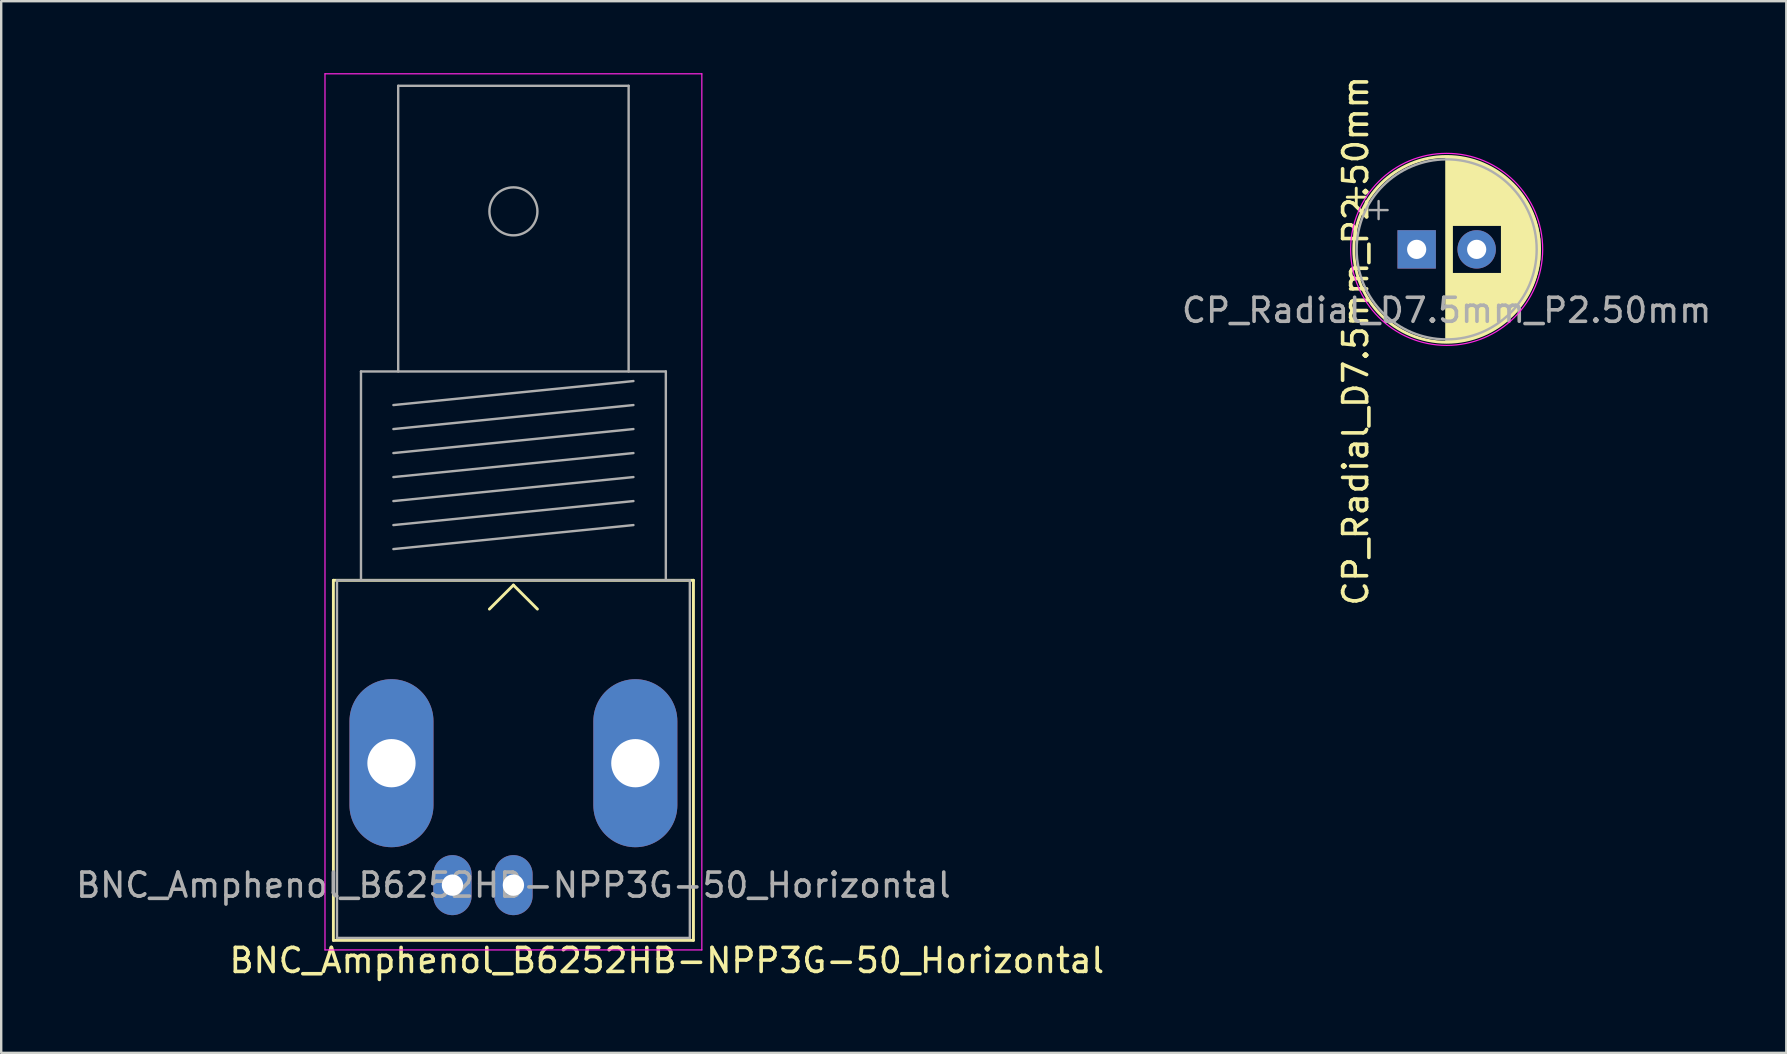
<source format=kicad_pcb>
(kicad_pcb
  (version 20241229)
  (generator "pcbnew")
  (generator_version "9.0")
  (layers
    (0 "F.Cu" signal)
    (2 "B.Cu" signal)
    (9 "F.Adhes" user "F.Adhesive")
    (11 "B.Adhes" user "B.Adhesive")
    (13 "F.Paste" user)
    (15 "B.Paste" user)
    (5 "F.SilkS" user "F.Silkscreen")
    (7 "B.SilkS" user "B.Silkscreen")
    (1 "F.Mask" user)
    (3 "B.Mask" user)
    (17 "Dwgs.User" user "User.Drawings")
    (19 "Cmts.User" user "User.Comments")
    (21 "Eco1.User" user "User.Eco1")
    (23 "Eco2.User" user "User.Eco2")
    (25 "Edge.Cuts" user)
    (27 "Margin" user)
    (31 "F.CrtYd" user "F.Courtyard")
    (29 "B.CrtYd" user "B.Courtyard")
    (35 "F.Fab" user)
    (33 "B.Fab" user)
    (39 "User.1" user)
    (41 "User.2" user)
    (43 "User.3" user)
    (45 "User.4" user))
  (footprint "CP_Radial_D7.5mm_P2.50mm"
    (layer "F.Cu")
    (at 55.969 7.339)
    (property "Reference" "CP_Radial_D7.5mm_P2.50mm" (at -2.54 3.81 270) (layer "F.SilkS") (effects (font (size 1 1) (thickness 0.15))))
    (attr through_hole)
    (fp_line (start -2.892 -2.175) (end -2.142 -2.175) (stroke (width 0.12) (type solid)) (layer "F.SilkS"))
    (fp_line (start -2.517 -2.55) (end -2.517 -1.8) (stroke (width 0.12) (type solid)) (layer "F.SilkS"))
    (fp_line (start 1.25 -3.83) (end 1.25 3.83) (stroke (width 0.12) (type solid)) (layer "F.SilkS"))
    (fp_line (start 1.29 -3.83) (end 1.29 3.83) (stroke (width 0.12) (type solid)) (layer "F.SilkS"))
    (fp_line (start 1.33 -3.83) (end 1.33 3.83) (stroke (width 0.12) (type solid)) (layer "F.SilkS"))
    (fp_line (start 1.37 -3.829) (end 1.37 3.829) (stroke (width 0.12) (type solid)) (layer "F.SilkS"))
    (fp_line (start 1.41 -3.827) (end 1.41 3.827) (stroke (width 0.12) (type solid)) (layer "F.SilkS"))
    (fp_line (start 1.45 -3.825) (end 1.45 3.825) (stroke (width 0.12) (type solid)) (layer "F.SilkS"))
    (fp_line (start 1.49 -3.823) (end 1.49 -1.04) (stroke (width 0.12) (type solid)) (layer "F.SilkS"))
    (fp_line (start 1.49 1.04) (end 1.49 3.823) (stroke (width 0.12) (type solid)) (layer "F.SilkS"))
    (fp_line (start 1.53 -3.82) (end 1.53 -1.04) (stroke (width 0.12) (type solid)) (layer "F.SilkS"))
    (fp_line (start 1.53 1.04) (end 1.53 3.82) (stroke (width 0.12) (type solid)) (layer "F.SilkS"))
    (fp_line (start 1.57 -3.817) (end 1.57 -1.04) (stroke (width 0.12) (type solid)) (layer "F.SilkS"))
    (fp_line (start 1.57 1.04) (end 1.57 3.817) (stroke (width 0.12) (type solid)) (layer "F.SilkS"))
    (fp_line (start 1.61 -3.814) (end 1.61 -1.04) (stroke (width 0.12) (type solid)) (layer "F.SilkS"))
    (fp_line (start 1.61 1.04) (end 1.61 3.814) (stroke (width 0.12) (type solid)) (layer "F.SilkS"))
    (fp_line (start 1.65 -3.81) (end 1.65 -1.04) (stroke (width 0.12) (type solid)) (layer "F.SilkS"))
    (fp_line (start 1.65 1.04) (end 1.65 3.81) (stroke (width 0.12) (type solid)) (layer "F.SilkS"))
    (fp_line (start 1.69 -3.805) (end 1.69 -1.04) (stroke (width 0.12) (type solid)) (layer "F.SilkS"))
    (fp_line (start 1.69 1.04) (end 1.69 3.805) (stroke (width 0.12) (type solid)) (layer "F.SilkS"))
    (fp_line (start 1.73 -3.801) (end 1.73 -1.04) (stroke (width 0.12) (type solid)) (layer "F.SilkS"))
    (fp_line (start 1.73 1.04) (end 1.73 3.801) (stroke (width 0.12) (type solid)) (layer "F.SilkS"))
    (fp_line (start 1.77 -3.795) (end 1.77 -1.04) (stroke (width 0.12) (type solid)) (layer "F.SilkS"))
    (fp_line (start 1.77 1.04) (end 1.77 3.795) (stroke (width 0.12) (type solid)) (layer "F.SilkS"))
    (fp_line (start 1.81 -3.79) (end 1.81 -1.04) (stroke (width 0.12) (type solid)) (layer "F.SilkS"))
    (fp_line (start 1.81 1.04) (end 1.81 3.79) (stroke (width 0.12) (type solid)) (layer "F.SilkS"))
    (fp_line (start 1.85 -3.784) (end 1.85 -1.04) (stroke (width 0.12) (type solid)) (layer "F.SilkS"))
    (fp_line (start 1.85 1.04) (end 1.85 3.784) (stroke (width 0.12) (type solid)) (layer "F.SilkS"))
    (fp_line (start 1.89 -3.777) (end 1.89 -1.04) (stroke (width 0.12) (type solid)) (layer "F.SilkS"))
    (fp_line (start 1.89 1.04) (end 1.89 3.777) (stroke (width 0.12) (type solid)) (layer "F.SilkS"))
    (fp_line (start 1.93 -3.77) (end 1.93 -1.04) (stroke (width 0.12) (type solid)) (layer "F.SilkS"))
    (fp_line (start 1.93 1.04) (end 1.93 3.77) (stroke (width 0.12) (type solid)) (layer "F.SilkS"))
    (fp_line (start 1.971 -3.763) (end 1.971 -1.04) (stroke (width 0.12) (type solid)) (layer "F.SilkS"))
    (fp_line (start 1.971 1.04) (end 1.971 3.763) (stroke (width 0.12) (type solid)) (layer "F.SilkS"))
    (fp_line (start 2.011 -3.755) (end 2.011 -1.04) (stroke (width 0.12) (type solid)) (layer "F.SilkS"))
    (fp_line (start 2.011 1.04) (end 2.011 3.755) (stroke (width 0.12) (type solid)) (layer "F.SilkS"))
    (fp_line (start 2.051 -3.747) (end 2.051 -1.04) (stroke (width 0.12) (type solid)) (layer "F.SilkS"))
    (fp_line (start 2.051 1.04) (end 2.051 3.747) (stroke (width 0.12) (type solid)) (layer "F.SilkS"))
    (fp_line (start 2.091 -3.738) (end 2.091 -1.04) (stroke (width 0.12) (type solid)) (layer "F.SilkS"))
    (fp_line (start 2.091 1.04) (end 2.091 3.738) (stroke (width 0.12) (type solid)) (layer "F.SilkS"))
    (fp_line (start 2.131 -3.729) (end 2.131 -1.04) (stroke (width 0.12) (type solid)) (layer "F.SilkS"))
    (fp_line (start 2.131 1.04) (end 2.131 3.729) (stroke (width 0.12) (type solid)) (layer "F.SilkS"))
    (fp_line (start 2.171 -3.72) (end 2.171 -1.04) (stroke (width 0.12) (type solid)) (layer "F.SilkS"))
    (fp_line (start 2.171 1.04) (end 2.171 3.72) (stroke (width 0.12) (type solid)) (layer "F.SilkS"))
    (fp_line (start 2.211 -3.71) (end 2.211 -1.04) (stroke (width 0.12) (type solid)) (layer "F.SilkS"))
    (fp_line (start 2.211 1.04) (end 2.211 3.71) (stroke (width 0.12) (type solid)) (layer "F.SilkS"))
    (fp_line (start 2.251 -3.699) (end 2.251 -1.04) (stroke (width 0.12) (type solid)) (layer "F.SilkS"))
    (fp_line (start 2.251 1.04) (end 2.251 3.699) (stroke (width 0.12) (type solid)) (layer "F.SilkS"))
    (fp_line (start 2.291 -3.688) (end 2.291 -1.04) (stroke (width 0.12) (type solid)) (layer "F.SilkS"))
    (fp_line (start 2.291 1.04) (end 2.291 3.688) (stroke (width 0.12) (type solid)) (layer "F.SilkS"))
    (fp_line (start 2.331 -3.677) (end 2.331 -1.04) (stroke (width 0.12) (type solid)) (layer "F.SilkS"))
    (fp_line (start 2.331 1.04) (end 2.331 3.677) (stroke (width 0.12) (type solid)) (layer "F.SilkS"))
    (fp_line (start 2.371 -3.665) (end 2.371 -1.04) (stroke (width 0.12) (type solid)) (layer "F.SilkS"))
    (fp_line (start 2.371 1.04) (end 2.371 3.665) (stroke (width 0.12) (type solid)) (layer "F.SilkS"))
    (fp_line (start 2.411 -3.653) (end 2.411 -1.04) (stroke (width 0.12) (type solid)) (layer "F.SilkS"))
    (fp_line (start 2.411 1.04) (end 2.411 3.653) (stroke (width 0.12) (type solid)) (layer "F.SilkS"))
    (fp_line (start 2.451 -3.64) (end 2.451 -1.04) (stroke (width 0.12) (type solid)) (layer "F.SilkS"))
    (fp_line (start 2.451 1.04) (end 2.451 3.64) (stroke (width 0.12) (type solid)) (layer "F.SilkS"))
    (fp_line (start 2.491 -3.626) (end 2.491 -1.04) (stroke (width 0.12) (type solid)) (layer "F.SilkS"))
    (fp_line (start 2.491 1.04) (end 2.491 3.626) (stroke (width 0.12) (type solid)) (layer "F.SilkS"))
    (fp_line (start 2.531 -3.613) (end 2.531 -1.04) (stroke (width 0.12) (type solid)) (layer "F.SilkS"))
    (fp_line (start 2.531 1.04) (end 2.531 3.613) (stroke (width 0.12) (type solid)) (layer "F.SilkS"))
    (fp_line (start 2.571 -3.598) (end 2.571 -1.04) (stroke (width 0.12) (type solid)) (layer "F.SilkS"))
    (fp_line (start 2.571 1.04) (end 2.571 3.598) (stroke (width 0.12) (type solid)) (layer "F.SilkS"))
    (fp_line (start 2.611 -3.584) (end 2.611 -1.04) (stroke (width 0.12) (type solid)) (layer "F.SilkS"))
    (fp_line (start 2.611 1.04) (end 2.611 3.584) (stroke (width 0.12) (type solid)) (layer "F.SilkS"))
    (fp_line (start 2.651 -3.568) (end 2.651 -1.04) (stroke (width 0.12) (type solid)) (layer "F.SilkS"))
    (fp_line (start 2.651 1.04) (end 2.651 3.568) (stroke (width 0.12) (type solid)) (layer "F.SilkS"))
    (fp_line (start 2.691 -3.553) (end 2.691 -1.04) (stroke (width 0.12) (type solid)) (layer "F.SilkS"))
    (fp_line (start 2.691 1.04) (end 2.691 3.553) (stroke (width 0.12) (type solid)) (layer "F.SilkS"))
    (fp_line (start 2.731 -3.536) (end 2.731 -1.04) (stroke (width 0.12) (type solid)) (layer "F.SilkS"))
    (fp_line (start 2.731 1.04) (end 2.731 3.536) (stroke (width 0.12) (type solid)) (layer "F.SilkS"))
    (fp_line (start 2.771 -3.52) (end 2.771 -1.04) (stroke (width 0.12) (type solid)) (layer "F.SilkS"))
    (fp_line (start 2.771 1.04) (end 2.771 3.52) (stroke (width 0.12) (type solid)) (layer "F.SilkS"))
    (fp_line (start 2.811 -3.502) (end 2.811 -1.04) (stroke (width 0.12) (type solid)) (layer "F.SilkS"))
    (fp_line (start 2.811 1.04) (end 2.811 3.502) (stroke (width 0.12) (type solid)) (layer "F.SilkS"))
    (fp_line (start 2.851 -3.484) (end 2.851 -1.04) (stroke (width 0.12) (type solid)) (layer "F.SilkS"))
    (fp_line (start 2.851 1.04) (end 2.851 3.484) (stroke (width 0.12) (type solid)) (layer "F.SilkS"))
    (fp_line (start 2.891 -3.466) (end 2.891 -1.04) (stroke (width 0.12) (type solid)) (layer "F.SilkS"))
    (fp_line (start 2.891 1.04) (end 2.891 3.466) (stroke (width 0.12) (type solid)) (layer "F.SilkS"))
    (fp_line (start 2.931 -3.447) (end 2.931 -1.04) (stroke (width 0.12) (type solid)) (layer "F.SilkS"))
    (fp_line (start 2.931 1.04) (end 2.931 3.447) (stroke (width 0.12) (type solid)) (layer "F.SilkS"))
    (fp_line (start 2.971 -3.427) (end 2.971 -1.04) (stroke (width 0.12) (type solid)) (layer "F.SilkS"))
    (fp_line (start 2.971 1.04) (end 2.971 3.427) (stroke (width 0.12) (type solid)) (layer "F.SilkS"))
    (fp_line (start 3.011 -3.407) (end 3.011 -1.04) (stroke (width 0.12) (type solid)) (layer "F.SilkS"))
    (fp_line (start 3.011 1.04) (end 3.011 3.407) (stroke (width 0.12) (type solid)) (layer "F.SilkS"))
    (fp_line (start 3.051 -3.386) (end 3.051 -1.04) (stroke (width 0.12) (type solid)) (layer "F.SilkS"))
    (fp_line (start 3.051 1.04) (end 3.051 3.386) (stroke (width 0.12) (type solid)) (layer "F.SilkS"))
    (fp_line (start 3.091 -3.365) (end 3.091 -1.04) (stroke (width 0.12) (type solid)) (layer "F.SilkS"))
    (fp_line (start 3.091 1.04) (end 3.091 3.365) (stroke (width 0.12) (type solid)) (layer "F.SilkS"))
    (fp_line (start 3.131 -3.343) (end 3.131 -1.04) (stroke (width 0.12) (type solid)) (layer "F.SilkS"))
    (fp_line (start 3.131 1.04) (end 3.131 3.343) (stroke (width 0.12) (type solid)) (layer "F.SilkS"))
    (fp_line (start 3.171 -3.321) (end 3.171 -1.04) (stroke (width 0.12) (type solid)) (layer "F.SilkS"))
    (fp_line (start 3.171 1.04) (end 3.171 3.321) (stroke (width 0.12) (type solid)) (layer "F.SilkS"))
    (fp_line (start 3.211 -3.297) (end 3.211 -1.04) (stroke (width 0.12) (type solid)) (layer "F.SilkS"))
    (fp_line (start 3.211 1.04) (end 3.211 3.297) (stroke (width 0.12) (type solid)) (layer "F.SilkS"))
    (fp_line (start 3.251 -3.274) (end 3.251 -1.04) (stroke (width 0.12) (type solid)) (layer "F.SilkS"))
    (fp_line (start 3.251 1.04) (end 3.251 3.274) (stroke (width 0.12) (type solid)) (layer "F.SilkS"))
    (fp_line (start 3.291 -3.249) (end 3.291 -1.04) (stroke (width 0.12) (type solid)) (layer "F.SilkS"))
    (fp_line (start 3.291 1.04) (end 3.291 3.249) (stroke (width 0.12) (type solid)) (layer "F.SilkS"))
    (fp_line (start 3.331 -3.224) (end 3.331 -1.04) (stroke (width 0.12) (type solid)) (layer "F.SilkS"))
    (fp_line (start 3.331 1.04) (end 3.331 3.224) (stroke (width 0.12) (type solid)) (layer "F.SilkS"))
    (fp_line (start 3.371 -3.198) (end 3.371 -1.04) (stroke (width 0.12) (type solid)) (layer "F.SilkS"))
    (fp_line (start 3.371 1.04) (end 3.371 3.198) (stroke (width 0.12) (type solid)) (layer "F.SilkS"))
    (fp_line (start 3.411 -3.172) (end 3.411 -1.04) (stroke (width 0.12) (type solid)) (layer "F.SilkS"))
    (fp_line (start 3.411 1.04) (end 3.411 3.172) (stroke (width 0.12) (type solid)) (layer "F.SilkS"))
    (fp_line (start 3.451 -3.144) (end 3.451 -1.04) (stroke (width 0.12) (type solid)) (layer "F.SilkS"))
    (fp_line (start 3.451 1.04) (end 3.451 3.144) (stroke (width 0.12) (type solid)) (layer "F.SilkS"))
    (fp_line (start 3.491 -3.116) (end 3.491 -1.04) (stroke (width 0.12) (type solid)) (layer "F.SilkS"))
    (fp_line (start 3.491 1.04) (end 3.491 3.116) (stroke (width 0.12) (type solid)) (layer "F.SilkS"))
    (fp_line (start 3.531 -3.088) (end 3.531 -1.04) (stroke (width 0.12) (type solid)) (layer "F.SilkS"))
    (fp_line (start 3.531 1.04) (end 3.531 3.088) (stroke (width 0.12) (type solid)) (layer "F.SilkS"))
    (fp_line (start 3.571 -3.058) (end 3.571 3.058) (stroke (width 0.12) (type solid)) (layer "F.SilkS"))
    (fp_line (start 3.611 -3.028) (end 3.611 3.028) (stroke (width 0.12) (type solid)) (layer "F.SilkS"))
    (fp_line (start 3.651 -2.996) (end 3.651 2.996) (stroke (width 0.12) (type solid)) (layer "F.SilkS"))
    (fp_line (start 3.691 -2.964) (end 3.691 2.964) (stroke (width 0.12) (type solid)) (layer "F.SilkS"))
    (fp_line (start 3.731 -2.931) (end 3.731 2.931) (stroke (width 0.12) (type solid)) (layer "F.SilkS"))
    (fp_line (start 3.771 -2.898) (end 3.771 2.898) (stroke (width 0.12) (type solid)) (layer "F.SilkS"))
    (fp_line (start 3.811 -2.863) (end 3.811 2.863) (stroke (width 0.12) (type solid)) (layer "F.SilkS"))
    (fp_line (start 3.851 -2.827) (end 3.851 2.827) (stroke (width 0.12) (type solid)) (layer "F.SilkS"))
    (fp_line (start 3.891 -2.79) (end 3.891 2.79) (stroke (width 0.12) (type solid)) (layer "F.SilkS"))
    (fp_line (start 3.931 -2.752) (end 3.931 2.752) (stroke (width 0.12) (type solid)) (layer "F.SilkS"))
    (fp_line (start 3.971 -2.713) (end 3.971 2.713) (stroke (width 0.12) (type solid)) (layer "F.SilkS"))
    (fp_line (start 4.011 -2.673) (end 4.011 2.673) (stroke (width 0.12) (type solid)) (layer "F.SilkS"))
    (fp_line (start 4.051 -2.632) (end 4.051 2.632) (stroke (width 0.12) (type solid)) (layer "F.SilkS"))
    (fp_line (start 4.091 -2.589) (end 4.091 2.589) (stroke (width 0.12) (type solid)) (layer "F.SilkS"))
    (fp_line (start 4.131 -2.546) (end 4.131 2.546) (stroke (width 0.12) (type solid)) (layer "F.SilkS"))
    (fp_line (start 4.171 -2.5) (end 4.171 2.5) (stroke (width 0.12) (type solid)) (layer "F.SilkS"))
    (fp_line (start 4.211 -2.454) (end 4.211 2.454) (stroke (width 0.12) (type solid)) (layer "F.SilkS"))
    (fp_line (start 4.251 -2.405) (end 4.251 2.405) (stroke (width 0.12) (type solid)) (layer "F.SilkS"))
    (fp_line (start 4.291 -2.355) (end 4.291 2.355) (stroke (width 0.12) (type solid)) (layer "F.SilkS"))
    (fp_line (start 4.331 -2.304) (end 4.331 2.304) (stroke (width 0.12) (type solid)) (layer "F.SilkS"))
    (fp_line (start 4.371 -2.25) (end 4.371 2.25) (stroke (width 0.12) (type solid)) (layer "F.SilkS"))
    (fp_line (start 4.411 -2.195) (end 4.411 2.195) (stroke (width 0.12) (type solid)) (layer "F.SilkS"))
    (fp_line (start 4.451 -2.137) (end 4.451 2.137) (stroke (width 0.12) (type solid)) (layer "F.SilkS"))
    (fp_line (start 4.491 -2.077) (end 4.491 2.077) (stroke (width 0.12) (type solid)) (layer "F.SilkS"))
    (fp_line (start 4.531 -2.014) (end 4.531 2.014) (stroke (width 0.12) (type solid)) (layer "F.SilkS"))
    (fp_line (start 4.571 -1.949) (end 4.571 1.949) (stroke (width 0.12) (type solid)) (layer "F.SilkS"))
    (fp_line (start 4.611 -1.881) (end 4.611 1.881) (stroke (width 0.12) (type solid)) (layer "F.SilkS"))
    (fp_line (start 4.651 -1.809) (end 4.651 1.809) (stroke (width 0.12) (type solid)) (layer "F.SilkS"))
    (fp_line (start 4.691 -1.733) (end 4.691 1.733) (stroke (width 0.12) (type solid)) (layer "F.SilkS"))
    (fp_line (start 4.731 -1.654) (end 4.731 1.654) (stroke (width 0.12) (type solid)) (layer "F.SilkS"))
    (fp_line (start 4.771 -1.569) (end 4.771 1.569) (stroke (width 0.12) (type solid)) (layer "F.SilkS"))
    (fp_line (start 4.811 -1.478) (end 4.811 1.478) (stroke (width 0.12) (type solid)) (layer "F.SilkS"))
    (fp_line (start 4.851 -1.381) (end 4.851 1.381) (stroke (width 0.12) (type solid)) (layer "F.SilkS"))
    (fp_line (start 4.891 -1.275) (end 4.891 1.275) (stroke (width 0.12) (type solid)) (layer "F.SilkS"))
    (fp_line (start 4.931 -1.158) (end 4.931 1.158) (stroke (width 0.12) (type solid)) (layer "F.SilkS"))
    (fp_line (start 4.971 -1.028) (end 4.971 1.028) (stroke (width 0.12) (type solid)) (layer "F.SilkS"))
    (fp_line (start 5.011 -0.877) (end 5.011 0.877) (stroke (width 0.12) (type solid)) (layer "F.SilkS"))
    (fp_line (start 5.051 -0.693) (end 5.051 0.693) (stroke (width 0.12) (type solid)) (layer "F.SilkS"))
    (fp_line (start 5.091 -0.441) (end 5.091 0.441) (stroke (width 0.12) (type solid)) (layer "F.SilkS"))
    (fp_circle (center 1.25 0) (end 5.12 0) (stroke (width 0.12) (type solid)) (fill no) (layer "F.SilkS"))
    (fp_circle (center 1.25 0) (end 5.25 0) (stroke (width 0.05) (type solid)) (fill no) (layer "F.CrtYd"))
    (fp_line (start -1.961 -1.637) (end -1.211 -1.637) (stroke (width 0.1) (type solid)) (layer "F.Fab"))
    (fp_line (start -1.586 -2.013) (end -1.586 -1.262) (stroke (width 0.1) (type solid)) (layer "F.Fab"))
    (fp_circle (center 1.25 0) (end 5 0) (stroke (width 0.1) (type solid)) (fill no) (layer "F.Fab"))
    (fp_text user "${REFERENCE}" (at 1.25 2.54 180) (layer "F.Fab") (effects (font (size 1 1) (thickness 0.15))))
    (pad "1" thru_hole rect (at 0 0) (size 1.6 1.6) (drill 0.8) (layers "*.Cu" "*.Mask"))
    (pad "2" thru_hole circle (at 2.5 0) (size 1.6 1.6) (drill 0.8) (layers "*.Cu" "*.Mask")))
  (footprint "BNC_Amphenol_B6252HB-NPP3G-50_Horizontal"
    (layer "F.Cu")
    (at 18.339 33.825)
    (property "Reference" "BNC_Amphenol_B6252HB-NPP3G-50_Horizontal" (at 6.392 3.14 180) (layer "F.SilkS") (effects (font (size 1 1) (thickness 0.15))))
    (attr through_hole)
    (fp_line (start -7.5 -12.7) (end 7.5 -12.7) (stroke (width 0.12) (type solid)) (layer "F.SilkS"))
    (fp_line (start -7.5 2.3) (end -7.5 -12.7) (stroke (width 0.12) (type solid)) (layer "F.SilkS"))
    (fp_line (start 0 -12.5) (end -1 -11.5) (stroke (width 0.12) (type solid)) (layer "F.SilkS"))
    (fp_line (start 0 -12.5) (end 1 -11.5) (stroke (width 0.12) (type solid)) (layer "F.SilkS"))
    (fp_line (start 7.5 -12.7) (end 7.5 2.3) (stroke (width 0.12) (type solid)) (layer "F.SilkS"))
    (fp_line (start 7.5 2.3) (end -7.5 2.3) (stroke (width 0.12) (type solid)) (layer "F.SilkS"))
    (fp_line (start -7.85 2.7) (end -7.85 -33.8) (stroke (width 0.05) (type solid)) (layer "F.CrtYd"))
    (fp_line (start -7.85 2.7) (end 7.85 2.7) (stroke (width 0.05) (type solid)) (layer "F.CrtYd"))
    (fp_line (start 7.85 -33.8) (end -7.85 -33.8) (stroke (width 0.05) (type solid)) (layer "F.CrtYd"))
    (fp_line (start 7.85 2.7) (end 7.85 -33.8) (stroke (width 0.05) (type solid)) (layer "F.CrtYd"))
    (fp_line (start -7.35 -12.7) (end -7.35 2.2) (stroke (width 0.1) (type solid)) (layer "F.Fab"))
    (fp_line (start -7.35 2.2) (end 7.35 2.2) (stroke (width 0.1) (type solid)) (layer "F.Fab"))
    (fp_line (start -6.35 -21.4) (end -6.35 -12.7) (stroke (width 0.1) (type solid)) (layer "F.Fab"))
    (fp_line (start -5 -20) (end 5 -21) (stroke (width 0.1) (type solid)) (layer "F.Fab"))
    (fp_line (start -5 -19) (end 5 -20) (stroke (width 0.1) (type solid)) (layer "F.Fab"))
    (fp_line (start -5 -18) (end 5 -19) (stroke (width 0.1) (type solid)) (layer "F.Fab"))
    (fp_line (start -5 -17) (end 5 -18) (stroke (width 0.1) (type solid)) (layer "F.Fab"))
    (fp_line (start -5 -16) (end 5 -17) (stroke (width 0.1) (type solid)) (layer "F.Fab"))
    (fp_line (start -5 -15) (end 5 -16) (stroke (width 0.1) (type solid)) (layer "F.Fab"))
    (fp_line (start -5 -14) (end 5 -15) (stroke (width 0.1) (type solid)) (layer "F.Fab"))
    (fp_line (start -4.8 -33.3) (end -4.8 -21.4) (stroke (width 0.1) (type solid)) (layer "F.Fab"))
    (fp_line (start 4.8 -33.3) (end -4.8 -33.3) (stroke (width 0.1) (type solid)) (layer "F.Fab"))
    (fp_line (start 4.8 -21.4) (end 4.8 -33.3) (stroke (width 0.1) (type solid)) (layer "F.Fab"))
    (fp_line (start 6.35 -21.4) (end -6.35 -21.4) (stroke (width 0.1) (type solid)) (layer "F.Fab"))
    (fp_line (start 6.35 -12.7) (end 6.35 -21.4) (stroke (width 0.1) (type solid)) (layer "F.Fab"))
    (fp_line (start 7.35 -12.7) (end -7.35 -12.7) (stroke (width 0.1) (type solid)) (layer "F.Fab"))
    (fp_line (start 7.35 2.2) (end 7.35 -12.7) (stroke (width 0.1) (type solid)) (layer "F.Fab"))
    (fp_circle (center 0 -28.07) (end 1 -28.07) (stroke (width 0.1) (type solid)) (fill no) (layer "F.Fab"))
    (fp_text user "${REFERENCE}" (at 0 0 180) (layer "F.Fab") (effects (font (size 1 1) (thickness 0.15))))
    (pad "1" thru_hole oval (at 0 0) (size 1.6 2.5) (drill 0.89) (layers "*.Cu" "*.Mask"))
    (pad "2" thru_hole oval (at -5.08 -5.08) (size 3.5 7) (drill 2.01) (layers "*.Cu" "*.Mask"))
    (pad "2" thru_hole oval (at -2.54 0) (size 1.6 2.5) (drill 0.89) (layers "*.Cu" "*.Mask"))
    (pad "2" thru_hole oval (at 5.08 -5.08) (size 3.5 7) (drill 2.01) (layers "*.Cu" "*.Mask")))
  (gr_rect
    (start -3 -3)
    (end 71.368 40.813)
    (stroke (width 0.1) (type default))
    (fill no)
    (layer "Edge.Cuts")))
</source>
